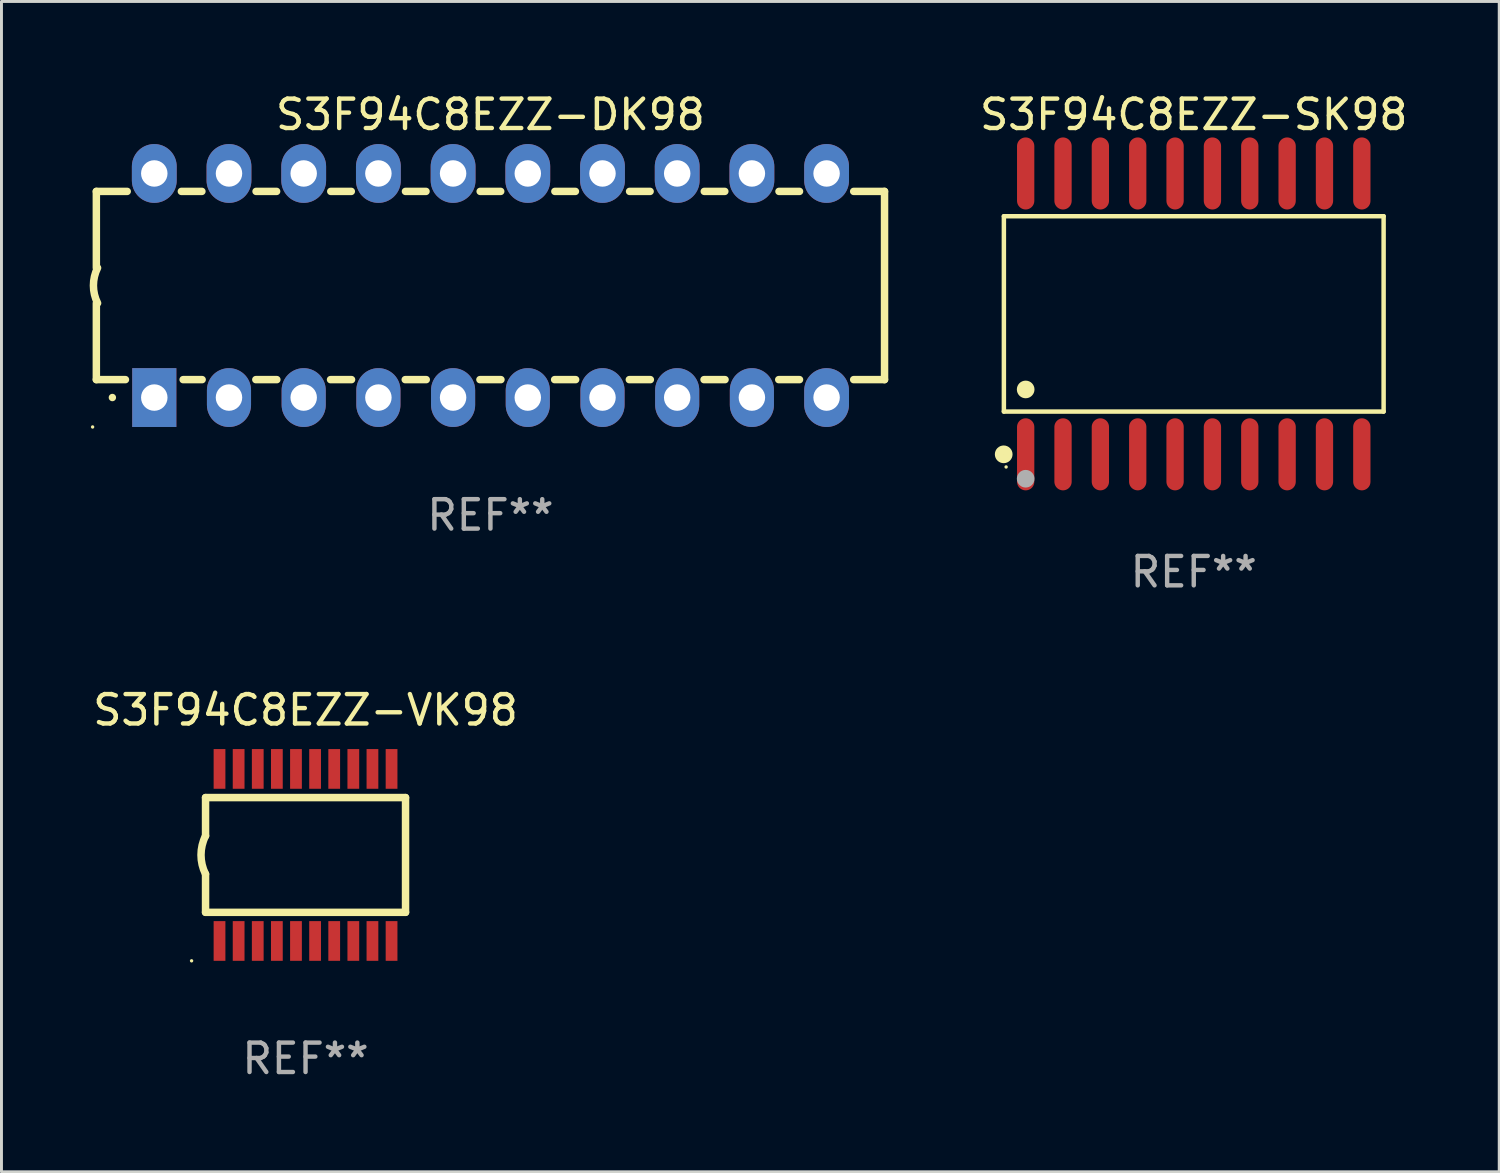
<source format=kicad_pcb>
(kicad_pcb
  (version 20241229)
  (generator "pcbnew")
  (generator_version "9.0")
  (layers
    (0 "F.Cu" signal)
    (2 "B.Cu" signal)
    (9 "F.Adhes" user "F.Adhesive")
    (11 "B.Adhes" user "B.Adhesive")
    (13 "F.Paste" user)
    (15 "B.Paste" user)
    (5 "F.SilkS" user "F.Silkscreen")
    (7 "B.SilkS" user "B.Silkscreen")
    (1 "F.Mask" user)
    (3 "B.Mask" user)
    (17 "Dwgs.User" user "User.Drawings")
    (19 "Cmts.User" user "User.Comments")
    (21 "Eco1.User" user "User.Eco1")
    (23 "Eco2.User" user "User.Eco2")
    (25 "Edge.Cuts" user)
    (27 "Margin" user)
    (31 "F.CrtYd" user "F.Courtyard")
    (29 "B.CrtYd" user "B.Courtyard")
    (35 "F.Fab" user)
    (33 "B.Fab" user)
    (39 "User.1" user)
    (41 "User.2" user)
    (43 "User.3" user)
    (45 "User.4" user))
  (footprint "S3F94C8EZZ-VK98"
    (layer "F.Cu")
    (at 7.339 26.02)
    (property "Reference" "S3F94C8EZZ-VK98" (at 0 -4.925 0) (layer "F.SilkS") (effects (font (size 1 1) (thickness 0.15))))
    (attr through_hole)
    (fp_line (start -3.4 -1.951) (end -3.4 -0.65) (stroke (width 0.254) (type solid)) (layer "F.SilkS"))
    (fp_line (start -3.4 -1.951) (end 3.4 -1.951) (stroke (width 0.254) (type solid)) (layer "F.SilkS"))
    (fp_line (start -3.4 1.951) (end -3.4 0.65) (stroke (width 0.254) (type solid)) (layer "F.SilkS"))
    (fp_line (start -3.4 1.951) (end 3.4 1.951) (stroke (width 0.254) (type solid)) (layer "F.SilkS"))
    (fp_line (start 3.4 -1.951) (end 3.4 1.951) (stroke (width 0.254) (type solid)) (layer "F.SilkS"))
    (fp_arc (start -3.401067 0.650114) (mid -3.554162 -0.000076) (end -3.4 -0.650013) (stroke (width 0.254001) (type solid)) (layer "F.SilkS"))
    (fp_circle (center -3.875 3.6) (end -3.845 3.6) (stroke (width 0.06) (type solid)) (fill no) (layer "F.SilkS"))
    (fp_text user "REF**" (at 0 6.925 0) (layer "F.Fab") (effects (font (size 1 1) (thickness 0.15))))
    (pad "1" smd rect (at -2.925 2.925 180) (size 0.4 1.35) (layers "F.Cu" "F.Mask" "F.Paste"))
    (pad "2" smd rect (at -2.275 2.925 180) (size 0.4 1.35) (layers "F.Cu" "F.Mask" "F.Paste"))
    (pad "3" smd rect (at -1.625 2.925 180) (size 0.4 1.35) (layers "F.Cu" "F.Mask" "F.Paste"))
    (pad "4" smd rect (at -0.975 2.925 180) (size 0.4 1.35) (layers "F.Cu" "F.Mask" "F.Paste"))
    (pad "5" smd rect (at -0.325 2.925 180) (size 0.4 1.35) (layers "F.Cu" "F.Mask" "F.Paste"))
    (pad "6" smd rect (at 0.325 2.925 180) (size 0.4 1.35) (layers "F.Cu" "F.Mask" "F.Paste"))
    (pad "7" smd rect (at 0.975 2.925 180) (size 0.4 1.35) (layers "F.Cu" "F.Mask" "F.Paste"))
    (pad "8" smd rect (at 1.625 2.925 180) (size 0.4 1.35) (layers "F.Cu" "F.Mask" "F.Paste"))
    (pad "9" smd rect (at 2.275 2.925 180) (size 0.4 1.35) (layers "F.Cu" "F.Mask" "F.Paste"))
    (pad "10" smd rect (at 2.925 2.925 180) (size 0.4 1.35) (layers "F.Cu" "F.Mask" "F.Paste"))
    (pad "11" smd rect (at 2.925 -2.925 180) (size 0.4 1.35) (layers "F.Cu" "F.Mask" "F.Paste"))
    (pad "12" smd rect (at 2.275 -2.925 180) (size 0.4 1.35) (layers "F.Cu" "F.Mask" "F.Paste"))
    (pad "13" smd rect (at 1.625 -2.925 180) (size 0.4 1.35) (layers "F.Cu" "F.Mask" "F.Paste"))
    (pad "14" smd rect (at 0.975 -2.925 180) (size 0.4 1.35) (layers "F.Cu" "F.Mask" "F.Paste"))
    (pad "15" smd rect (at 0.325 -2.925 180) (size 0.4 1.35) (layers "F.Cu" "F.Mask" "F.Paste"))
    (pad "16" smd rect (at -0.325 -2.925 180) (size 0.4 1.35) (layers "F.Cu" "F.Mask" "F.Paste"))
    (pad "17" smd rect (at -0.975 -2.925 180) (size 0.4 1.35) (layers "F.Cu" "F.Mask" "F.Paste"))
    (pad "18" smd rect (at -1.625 -2.925 180) (size 0.4 1.35) (layers "F.Cu" "F.Mask" "F.Paste"))
    (pad "19" smd rect (at -2.275 -2.925 180) (size 0.4 1.35) (layers "F.Cu" "F.Mask" "F.Paste"))
    (pad "20" smd rect (at -2.925 -2.925 180) (size 0.4 1.35) (layers "F.Cu" "F.Mask" "F.Paste")))
  (footprint "S3F94C8EZZ-DK98"
    (layer "F.Cu")
    (at 13.626 6.658)
    (property "Reference" "S3F94C8EZZ-DK98" (at 0 -5.81 0) (layer "F.SilkS") (effects (font (size 1 1) (thickness 0.15))))
    (attr through_hole)
    (fp_line (start -13.4 -3.2) (end -12.351 -3.2) (stroke (width 0.254) (type solid)) (layer "F.SilkS"))
    (fp_line (start -13.4 -0.6) (end -13.4 -3.2) (stroke (width 0.254) (type solid)) (layer "F.SilkS"))
    (fp_line (start -13.4 3.2) (end -13.4 0.6) (stroke (width 0.254) (type solid)) (layer "F.SilkS"))
    (fp_line (start -13.4 3.2) (end -12.411 3.2) (stroke (width 0.254) (type solid)) (layer "F.SilkS"))
    (fp_line (start -10.509 -3.2) (end -9.811 -3.2) (stroke (width 0.254) (type solid)) (layer "F.SilkS"))
    (fp_line (start -10.449 3.2) (end -9.803 3.2) (stroke (width 0.254) (type solid)) (layer "F.SilkS"))
    (fp_line (start -7.977 3.2) (end -7.263 3.2) (stroke (width 0.254) (type solid)) (layer "F.SilkS"))
    (fp_line (start -7.969 -3.2) (end -7.271 -3.2) (stroke (width 0.254) (type solid)) (layer "F.SilkS"))
    (fp_line (start -5.437 3.2) (end -4.723 3.2) (stroke (width 0.254) (type solid)) (layer "F.SilkS"))
    (fp_line (start -5.429 -3.2) (end -4.731 -3.2) (stroke (width 0.254) (type solid)) (layer "F.SilkS"))
    (fp_line (start -2.897 3.2) (end -2.183 3.2) (stroke (width 0.254) (type solid)) (layer "F.SilkS"))
    (fp_line (start -2.889 -3.2) (end -2.191 -3.2) (stroke (width 0.254) (type solid)) (layer "F.SilkS"))
    (fp_line (start -0.357 3.2) (end 0.357 3.2) (stroke (width 0.254) (type solid)) (layer "F.SilkS"))
    (fp_line (start -0.349 -3.2) (end 0.349 -3.2) (stroke (width 0.254) (type solid)) (layer "F.SilkS"))
    (fp_line (start 2.183 3.2) (end 2.897 3.2) (stroke (width 0.254) (type solid)) (layer "F.SilkS"))
    (fp_line (start 2.191 -3.2) (end 2.889 -3.2) (stroke (width 0.254) (type solid)) (layer "F.SilkS"))
    (fp_line (start 4.723 3.2) (end 5.437 3.2) (stroke (width 0.254) (type solid)) (layer "F.SilkS"))
    (fp_line (start 4.731 -3.2) (end 5.429 -3.2) (stroke (width 0.254) (type solid)) (layer "F.SilkS"))
    (fp_line (start 7.263 3.2) (end 7.977 3.2) (stroke (width 0.254) (type solid)) (layer "F.SilkS"))
    (fp_line (start 7.271 -3.2) (end 7.969 -3.2) (stroke (width 0.254) (type solid)) (layer "F.SilkS"))
    (fp_line (start 9.803 3.2) (end 10.509 3.2) (stroke (width 0.254) (type solid)) (layer "F.SilkS"))
    (fp_line (start 9.811 -3.2) (end 10.509 -3.2) (stroke (width 0.254) (type solid)) (layer "F.SilkS"))
    (fp_line (start 12.351 -3.2) (end 13.4 -3.2) (stroke (width 0.254) (type solid)) (layer "F.SilkS"))
    (fp_line (start 12.351 3.2) (end 13.4 3.2) (stroke (width 0.254) (type solid)) (layer "F.SilkS"))
    (fp_line (start 13.4 -3.2) (end 13.4 3.2) (stroke (width 0.254) (type solid)) (layer "F.SilkS"))
    (fp_arc (start -13.357557 0.599721) (mid -13.499295 0.000123) (end -13.358598 -0.599721) (stroke (width 0.254001) (type solid)) (layer "F.SilkS"))
    (fp_arc (start -12.854966 3.810008) (mid -12.854973 3.808738) (end -12.854966 3.807468) (stroke (width 0.25) (type solid)) (layer "F.SilkS"))
    (fp_circle (center -13.527 4.81) (end -13.497 4.81) (stroke (width 0.06) (type solid)) (fill no) (layer "F.SilkS"))
    (fp_text user "REF**" (at 0 7.81 0) (layer "F.Fab") (effects (font (size 1 1) (thickness 0.15))))
    (pad "1" thru_hole rect (at -11.43 3.81 90) (size 2 1.5) (drill 0.9) (layers "*.Cu" "*.Mask"))
    (pad "2" thru_hole oval (at -8.89 3.81 90) (size 2 1.5) (drill 0.9) (layers "*.Cu" "*.Mask"))
    (pad "3" thru_hole oval (at -6.35 3.81 90) (size 2 1.5) (drill 0.9) (layers "*.Cu" "*.Mask"))
    (pad "4" thru_hole oval (at -3.81 3.81 90) (size 2 1.5) (drill 0.9) (layers "*.Cu" "*.Mask"))
    (pad "5" thru_hole oval (at -1.27 3.81 90) (size 2 1.5) (drill 0.9) (layers "*.Cu" "*.Mask"))
    (pad "6" thru_hole oval (at 1.27 3.81 90) (size 2 1.5) (drill 0.9) (layers "*.Cu" "*.Mask"))
    (pad "7" thru_hole oval (at 3.81 3.81 90) (size 2 1.5) (drill 0.9) (layers "*.Cu" "*.Mask"))
    (pad "8" thru_hole oval (at 6.35 3.81 90) (size 2 1.5) (drill 0.9) (layers "*.Cu" "*.Mask"))
    (pad "9" thru_hole oval (at 8.89 3.81 90) (size 2 1.5) (drill 0.9) (layers "*.Cu" "*.Mask"))
    (pad "10" thru_hole oval (at 11.43 3.81 90) (size 2 1.524) (drill 0.9) (layers "*.Cu" "*.Mask"))
    (pad "11" thru_hole oval (at 11.43 -3.81 90) (size 2 1.524) (drill 0.9) (layers "*.Cu" "*.Mask"))
    (pad "12" thru_hole oval (at 8.89 -3.81 90) (size 2 1.524) (drill 0.9) (layers "*.Cu" "*.Mask"))
    (pad "13" thru_hole oval (at 6.35 -3.81 90) (size 2 1.524) (drill 0.9) (layers "*.Cu" "*.Mask"))
    (pad "14" thru_hole oval (at 3.81 -3.81 90) (size 2 1.524) (drill 0.9) (layers "*.Cu" "*.Mask"))
    (pad "15" thru_hole oval (at 1.27 -3.81 90) (size 2 1.524) (drill 0.9) (layers "*.Cu" "*.Mask"))
    (pad "16" thru_hole oval (at -1.27 -3.81 90) (size 2 1.524) (drill 0.9) (layers "*.Cu" "*.Mask"))
    (pad "17" thru_hole oval (at -3.81 -3.81 90) (size 2 1.524) (drill 0.9) (layers "*.Cu" "*.Mask"))
    (pad "18" thru_hole oval (at -6.35 -3.81 90) (size 2 1.524) (drill 0.9) (layers "*.Cu" "*.Mask"))
    (pad "19" thru_hole oval (at -8.89 -3.81 90) (size 2 1.524) (drill 0.9) (layers "*.Cu" "*.Mask"))
    (pad "20" thru_hole oval (at -11.43 -3.81 90) (size 2 1.524) (drill 0.9) (layers "*.Cu" "*.Mask")))
  (footprint "S3F94C8EZZ-SK98"
    (layer "F.Cu")
    (at 37.54 7.623)
    (property "Reference" "S3F94C8EZZ-SK98" (at 0 -6.775 0) (layer "F.SilkS") (effects (font (size 1 1) (thickness 0.15))))
    (attr through_hole)
    (fp_line (start -6.456 -3.321) (end 6.456 -3.321) (stroke (width 0.152) (type solid)) (layer "F.SilkS"))
    (fp_line (start -6.456 3.321) (end -6.456 -3.321) (stroke (width 0.152) (type solid)) (layer "F.SilkS"))
    (fp_line (start 6.456 -3.321) (end 6.456 3.321) (stroke (width 0.152) (type solid)) (layer "F.SilkS"))
    (fp_line (start 6.456 3.321) (end -6.456 3.321) (stroke (width 0.152) (type solid)) (layer "F.SilkS"))
    (fp_circle (center -6.462 4.775) (end -6.311 4.775) (stroke (width 0.3) (type solid)) (fill no) (layer "F.SilkS"))
    (fp_circle (center -6.38 5.205) (end -6.35 5.205) (stroke (width 0.06) (type solid)) (fill no) (layer "F.SilkS"))
    (fp_circle (center -5.715 2.569) (end -5.565 2.569) (stroke (width 0.3) (type solid)) (fill no) (layer "F.SilkS"))
    (fp_circle (center -5.715 5.605) (end -5.565 5.605) (stroke (width 0.3) (type solid)) (fill no) (layer "F.Fab"))
    (fp_text user "REF**" (at 0 8.775 0) (layer "F.Fab") (effects (font (size 1 1) (thickness 0.15))))
    (pad "1" smd oval (at -5.715 4.775) (size 0.588 2.45) (layers "F.Cu" "F.Mask" "F.Paste"))
    (pad "2" smd oval (at -4.445 4.775) (size 0.588 2.45) (layers "F.Cu" "F.Mask" "F.Paste"))
    (pad "3" smd oval (at -3.175 4.775) (size 0.588 2.45) (layers "F.Cu" "F.Mask" "F.Paste"))
    (pad "4" smd oval (at -1.905 4.775) (size 0.588 2.45) (layers "F.Cu" "F.Mask" "F.Paste"))
    (pad "5" smd oval (at -0.635 4.775) (size 0.588 2.45) (layers "F.Cu" "F.Mask" "F.Paste"))
    (pad "6" smd oval (at 0.635 4.775) (size 0.588 2.45) (layers "F.Cu" "F.Mask" "F.Paste"))
    (pad "7" smd oval (at 1.905 4.775) (size 0.588 2.45) (layers "F.Cu" "F.Mask" "F.Paste"))
    (pad "8" smd oval (at 3.175 4.775) (size 0.588 2.45) (layers "F.Cu" "F.Mask" "F.Paste"))
    (pad "9" smd oval (at 4.445 4.775) (size 0.588 2.45) (layers "F.Cu" "F.Mask" "F.Paste"))
    (pad "10" smd oval (at 5.715 4.775) (size 0.588 2.45) (layers "F.Cu" "F.Mask" "F.Paste"))
    (pad "11" smd oval (at 5.715 -4.775) (size 0.588 2.45) (layers "F.Cu" "F.Mask" "F.Paste"))
    (pad "12" smd oval (at 4.445 -4.775) (size 0.588 2.45) (layers "F.Cu" "F.Mask" "F.Paste"))
    (pad "13" smd oval (at 3.175 -4.775) (size 0.588 2.45) (layers "F.Cu" "F.Mask" "F.Paste"))
    (pad "14" smd oval (at 1.905 -4.775) (size 0.588 2.45) (layers "F.Cu" "F.Mask" "F.Paste"))
    (pad "15" smd oval (at 0.635 -4.775) (size 0.588 2.45) (layers "F.Cu" "F.Mask" "F.Paste"))
    (pad "16" smd oval (at -0.635 -4.775) (size 0.588 2.45) (layers "F.Cu" "F.Mask" "F.Paste"))
    (pad "17" smd oval (at -1.905 -4.775) (size 0.588 2.45) (layers "F.Cu" "F.Mask" "F.Paste"))
    (pad "18" smd oval (at -3.175 -4.775) (size 0.588 2.45) (layers "F.Cu" "F.Mask" "F.Paste"))
    (pad "19" smd oval (at -4.445 -4.775) (size 0.588 2.45) (layers "F.Cu" "F.Mask" "F.Paste"))
    (pad "20" smd oval (at -5.715 -4.775) (size 0.588 2.45) (layers "F.Cu" "F.Mask" "F.Paste")))
  (gr_rect
    (start -3 -3)
    (end 47.927 36.793)
    (stroke (width 0.1) (type default))
    (fill no)
    (layer "Edge.Cuts")))
</source>
